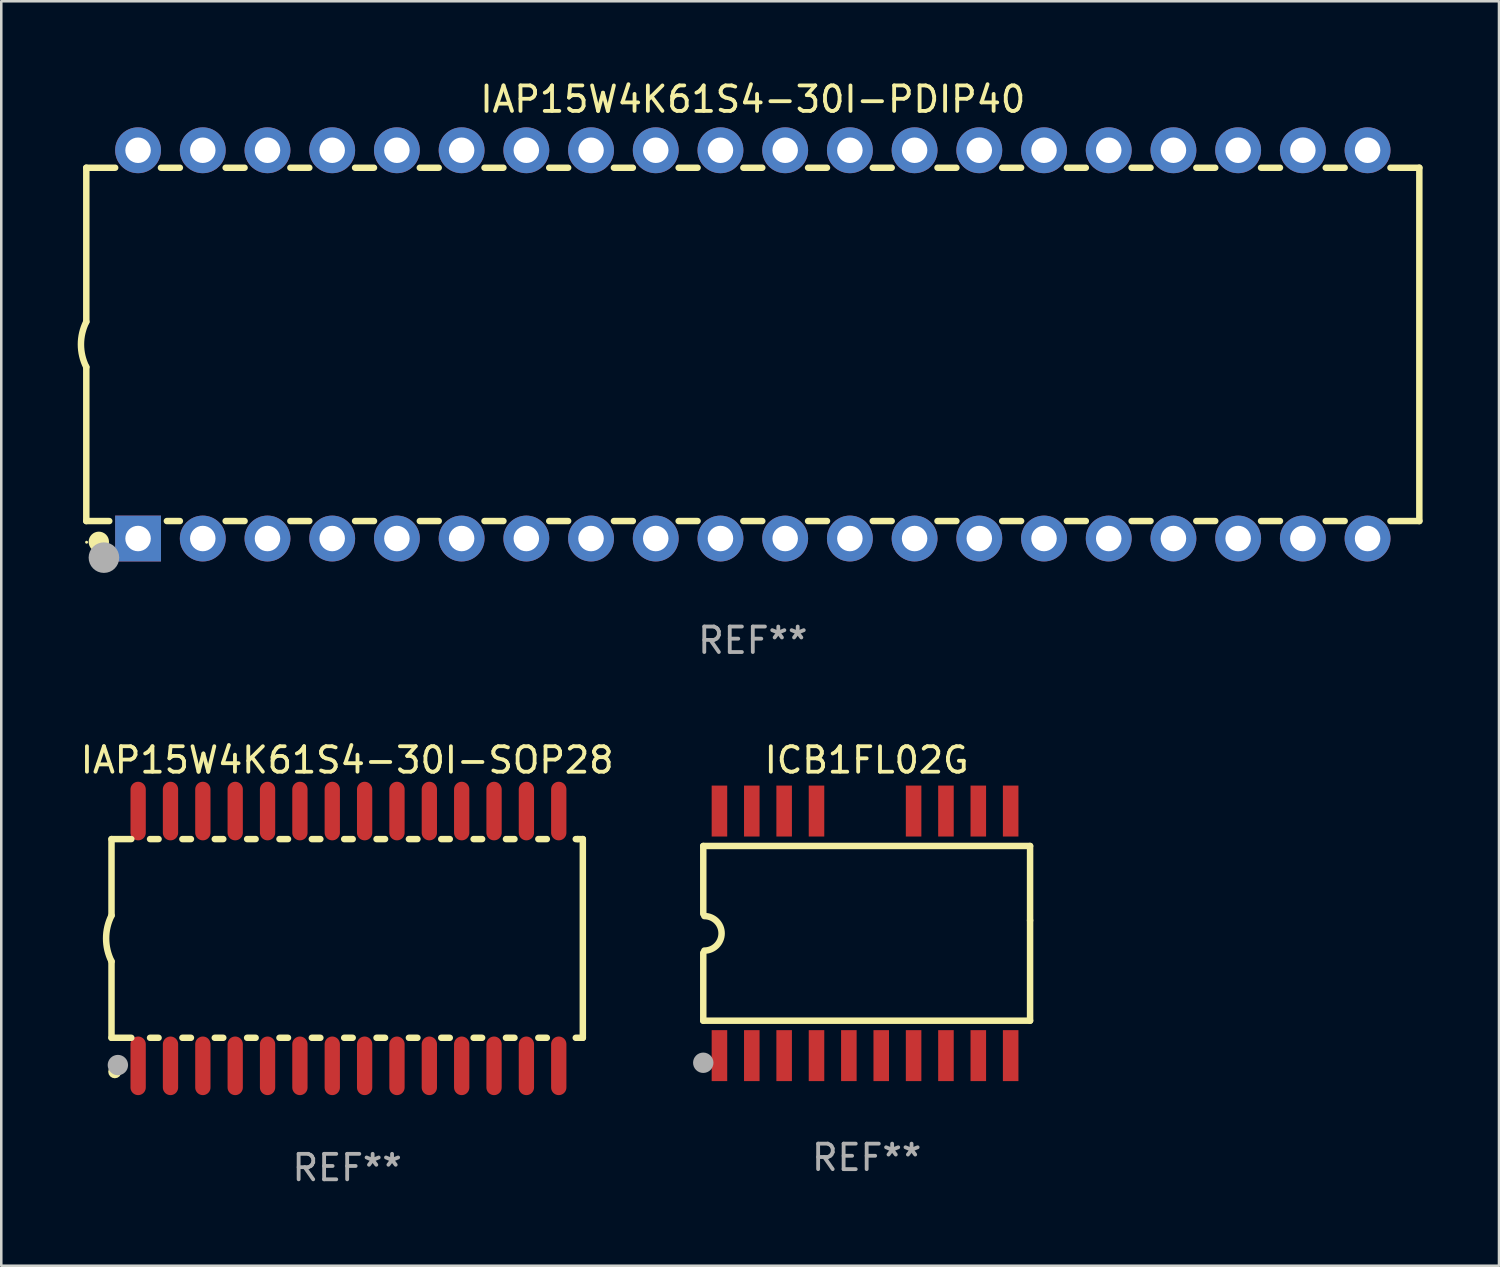
<source format=kicad_pcb>
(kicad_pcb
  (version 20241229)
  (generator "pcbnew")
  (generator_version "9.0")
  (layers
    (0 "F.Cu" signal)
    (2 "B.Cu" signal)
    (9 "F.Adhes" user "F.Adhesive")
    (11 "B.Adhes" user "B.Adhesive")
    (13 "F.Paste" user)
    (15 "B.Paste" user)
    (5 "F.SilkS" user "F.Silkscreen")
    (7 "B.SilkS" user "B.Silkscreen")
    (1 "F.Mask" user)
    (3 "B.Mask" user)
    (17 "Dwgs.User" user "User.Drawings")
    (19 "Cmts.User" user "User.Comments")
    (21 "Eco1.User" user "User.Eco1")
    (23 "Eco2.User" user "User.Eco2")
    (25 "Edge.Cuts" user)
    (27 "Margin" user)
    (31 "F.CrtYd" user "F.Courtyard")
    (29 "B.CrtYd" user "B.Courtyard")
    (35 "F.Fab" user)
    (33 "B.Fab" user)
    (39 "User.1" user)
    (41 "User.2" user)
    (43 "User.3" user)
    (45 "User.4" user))
  (footprint "IAP15W4K61S4-30I-PDIP40"
    (layer "F.Cu")
    (at 26.499 10.468)
    (property "Reference" "IAP15W4K61S4-30I-PDIP40" (at 0 -9.62 0) (layer "F.SilkS") (effects (font (size 1 1) (thickness 0.15))))
    (attr through_hole)
    (fp_line (start -26.162 -6.934) (end -26.162 -0.889) (stroke (width 0.254) (type solid)) (layer "F.SilkS"))
    (fp_line (start -26.162 -6.934) (end -25.029 -6.934) (stroke (width 0.254) (type solid)) (layer "F.SilkS"))
    (fp_line (start -26.162 6.934) (end -26.162 0.889) (stroke (width 0.254) (type solid)) (layer "F.SilkS"))
    (fp_line (start -26.162 6.934) (end -25.261 6.934) (stroke (width 0.254) (type solid)) (layer "F.SilkS"))
    (fp_line (start -23.231 -6.934) (end -22.489 -6.934) (stroke (width 0.254) (type solid)) (layer "F.SilkS"))
    (fp_line (start -22.999 6.934) (end -22.489 6.934) (stroke (width 0.254) (type solid)) (layer "F.SilkS"))
    (fp_line (start -20.691 -6.934) (end -19.949 -6.934) (stroke (width 0.254) (type solid)) (layer "F.SilkS"))
    (fp_line (start -20.691 6.934) (end -19.949 6.934) (stroke (width 0.254) (type solid)) (layer "F.SilkS"))
    (fp_line (start -18.151 -6.934) (end -17.409 -6.934) (stroke (width 0.254) (type solid)) (layer "F.SilkS"))
    (fp_line (start -18.151 6.934) (end -17.409 6.934) (stroke (width 0.254) (type solid)) (layer "F.SilkS"))
    (fp_line (start -15.611 -6.934) (end -14.869 -6.934) (stroke (width 0.254) (type solid)) (layer "F.SilkS"))
    (fp_line (start -15.611 6.934) (end -14.869 6.934) (stroke (width 0.254) (type solid)) (layer "F.SilkS"))
    (fp_line (start -13.071 -6.934) (end -12.329 -6.934) (stroke (width 0.254) (type solid)) (layer "F.SilkS"))
    (fp_line (start -13.071 6.934) (end -12.329 6.934) (stroke (width 0.254) (type solid)) (layer "F.SilkS"))
    (fp_line (start -10.531 -6.934) (end -9.789 -6.934) (stroke (width 0.254) (type solid)) (layer "F.SilkS"))
    (fp_line (start -10.531 6.934) (end -9.789 6.934) (stroke (width 0.254) (type solid)) (layer "F.SilkS"))
    (fp_line (start -7.991 -6.934) (end -7.249 -6.934) (stroke (width 0.254) (type solid)) (layer "F.SilkS"))
    (fp_line (start -7.991 6.934) (end -7.249 6.934) (stroke (width 0.254) (type solid)) (layer "F.SilkS"))
    (fp_line (start -5.451 -6.934) (end -4.709 -6.934) (stroke (width 0.254) (type solid)) (layer "F.SilkS"))
    (fp_line (start -5.451 6.934) (end -4.709 6.934) (stroke (width 0.254) (type solid)) (layer "F.SilkS"))
    (fp_line (start -2.911 -6.934) (end -2.169 -6.934) (stroke (width 0.254) (type solid)) (layer "F.SilkS"))
    (fp_line (start -2.911 6.934) (end -2.169 6.934) (stroke (width 0.254) (type solid)) (layer "F.SilkS"))
    (fp_line (start -0.371 -6.934) (end 0.371 -6.934) (stroke (width 0.254) (type solid)) (layer "F.SilkS"))
    (fp_line (start -0.371 6.934) (end 0.371 6.934) (stroke (width 0.254) (type solid)) (layer "F.SilkS"))
    (fp_line (start 2.169 -6.934) (end 2.911 -6.934) (stroke (width 0.254) (type solid)) (layer "F.SilkS"))
    (fp_line (start 2.169 6.934) (end 2.911 6.934) (stroke (width 0.254) (type solid)) (layer "F.SilkS"))
    (fp_line (start 4.709 -6.934) (end 5.451 -6.934) (stroke (width 0.254) (type solid)) (layer "F.SilkS"))
    (fp_line (start 4.709 6.934) (end 5.451 6.934) (stroke (width 0.254) (type solid)) (layer "F.SilkS"))
    (fp_line (start 7.249 -6.934) (end 7.991 -6.934) (stroke (width 0.254) (type solid)) (layer "F.SilkS"))
    (fp_line (start 7.249 6.934) (end 7.991 6.934) (stroke (width 0.254) (type solid)) (layer "F.SilkS"))
    (fp_line (start 9.789 -6.934) (end 10.531 -6.934) (stroke (width 0.254) (type solid)) (layer "F.SilkS"))
    (fp_line (start 9.789 6.934) (end 10.531 6.934) (stroke (width 0.254) (type solid)) (layer "F.SilkS"))
    (fp_line (start 12.329 -6.934) (end 13.071 -6.934) (stroke (width 0.254) (type solid)) (layer "F.SilkS"))
    (fp_line (start 12.329 6.934) (end 13.071 6.934) (stroke (width 0.254) (type solid)) (layer "F.SilkS"))
    (fp_line (start 14.869 -6.934) (end 15.611 -6.934) (stroke (width 0.254) (type solid)) (layer "F.SilkS"))
    (fp_line (start 14.869 6.934) (end 15.611 6.934) (stroke (width 0.254) (type solid)) (layer "F.SilkS"))
    (fp_line (start 17.409 -6.934) (end 18.151 -6.934) (stroke (width 0.254) (type solid)) (layer "F.SilkS"))
    (fp_line (start 17.409 6.934) (end 18.151 6.934) (stroke (width 0.254) (type solid)) (layer "F.SilkS"))
    (fp_line (start 19.949 -6.934) (end 20.691 -6.934) (stroke (width 0.254) (type solid)) (layer "F.SilkS"))
    (fp_line (start 19.949 6.934) (end 20.691 6.934) (stroke (width 0.254) (type solid)) (layer "F.SilkS"))
    (fp_line (start 22.489 -6.934) (end 23.231 -6.934) (stroke (width 0.254) (type solid)) (layer "F.SilkS"))
    (fp_line (start 22.489 6.934) (end 23.231 6.934) (stroke (width 0.254) (type solid)) (layer "F.SilkS"))
    (fp_line (start 25.029 -6.934) (end 26.162 -6.934) (stroke (width 0.254) (type solid)) (layer "F.SilkS"))
    (fp_line (start 25.029 6.934) (end 26.162 6.934) (stroke (width 0.254) (type solid)) (layer "F.SilkS"))
    (fp_line (start 26.162 -6.934) (end 26.162 6.934) (stroke (width 0.254) (type solid)) (layer "F.SilkS"))
    (fp_arc (start -26.162052 0.889001) (mid -26.371917 0) (end -26.162052 -0.889002) (stroke (width 0.254001) (type solid)) (layer "F.SilkS"))
    (fp_circle (center -26.15 7.765) (end -26.12 7.765) (stroke (width 0.06) (type solid)) (fill no) (layer "F.SilkS"))
    (fp_circle (center -25.67 7.75) (end -25.47 7.75) (stroke (width 0.4) (type solid)) (fill no) (layer "F.SilkS"))
    (fp_circle (center -25.47 8.37) (end -25.17 8.37) (stroke (width 0.6) (type solid)) (fill no) (layer "F.Fab"))
    (fp_text user "REF**" (at 0 11.62 0) (layer "F.Fab") (effects (font (size 1 1) (thickness 0.15))))
    (pad "1" thru_hole rect (at -24.13 7.62) (size 1.8 1.8) (drill 1) (layers "*.Cu" "*.Mask"))
    (pad "2" thru_hole circle (at -21.59 7.62) (size 1.8 1.8) (drill 1) (layers "*.Cu" "*.Mask"))
    (pad "3" thru_hole circle (at -19.05 7.62) (size 1.8 1.8) (drill 1) (layers "*.Cu" "*.Mask"))
    (pad "4" thru_hole circle (at -16.51 7.62) (size 1.8 1.8) (drill 1) (layers "*.Cu" "*.Mask"))
    (pad "5" thru_hole circle (at -13.97 7.62) (size 1.8 1.8) (drill 1) (layers "*.Cu" "*.Mask"))
    (pad "6" thru_hole circle (at -11.43 7.62) (size 1.8 1.8) (drill 1) (layers "*.Cu" "*.Mask"))
    (pad "7" thru_hole circle (at -8.89 7.62) (size 1.8 1.8) (drill 1) (layers "*.Cu" "*.Mask"))
    (pad "8" thru_hole circle (at -6.35 7.62) (size 1.8 1.8) (drill 1) (layers "*.Cu" "*.Mask"))
    (pad "9" thru_hole circle (at -3.81 7.62) (size 1.8 1.8) (drill 1) (layers "*.Cu" "*.Mask"))
    (pad "10" thru_hole circle (at -1.27 7.62) (size 1.8 1.8) (drill 1) (layers "*.Cu" "*.Mask"))
    (pad "11" thru_hole circle (at 1.27 7.62) (size 1.8 1.8) (drill 1) (layers "*.Cu" "*.Mask"))
    (pad "12" thru_hole circle (at 3.81 7.62) (size 1.8 1.8) (drill 1) (layers "*.Cu" "*.Mask"))
    (pad "13" thru_hole circle (at 6.35 7.62) (size 1.8 1.8) (drill 1) (layers "*.Cu" "*.Mask"))
    (pad "14" thru_hole circle (at 8.89 7.62) (size 1.8 1.8) (drill 1) (layers "*.Cu" "*.Mask"))
    (pad "15" thru_hole circle (at 11.43 7.62) (size 1.8 1.8) (drill 1) (layers "*.Cu" "*.Mask"))
    (pad "16" thru_hole circle (at 13.97 7.62) (size 1.8 1.8) (drill 1) (layers "*.Cu" "*.Mask"))
    (pad "17" thru_hole circle (at 16.51 7.62) (size 1.8 1.8) (drill 1) (layers "*.Cu" "*.Mask"))
    (pad "18" thru_hole circle (at 19.05 7.62) (size 1.8 1.8) (drill 1) (layers "*.Cu" "*.Mask"))
    (pad "19" thru_hole circle (at 21.59 7.62) (size 1.8 1.8) (drill 1) (layers "*.Cu" "*.Mask"))
    (pad "20" thru_hole circle (at 24.13 7.62) (size 1.8 1.8) (drill 1) (layers "*.Cu" "*.Mask"))
    (pad "21" thru_hole circle (at 24.13 -7.62) (size 1.8 1.8) (drill 1) (layers "*.Cu" "*.Mask"))
    (pad "22" thru_hole circle (at 21.59 -7.62) (size 1.8 1.8) (drill 1) (layers "*.Cu" "*.Mask"))
    (pad "23" thru_hole circle (at 19.05 -7.62) (size 1.8 1.8) (drill 1) (layers "*.Cu" "*.Mask"))
    (pad "24" thru_hole circle (at 16.51 -7.62) (size 1.8 1.8) (drill 1) (layers "*.Cu" "*.Mask"))
    (pad "25" thru_hole circle (at 13.97 -7.62) (size 1.8 1.8) (drill 1) (layers "*.Cu" "*.Mask"))
    (pad "26" thru_hole circle (at 11.43 -7.62) (size 1.8 1.8) (drill 1) (layers "*.Cu" "*.Mask"))
    (pad "27" thru_hole circle (at 8.89 -7.62) (size 1.8 1.8) (drill 1) (layers "*.Cu" "*.Mask"))
    (pad "28" thru_hole circle (at 6.35 -7.62) (size 1.8 1.8) (drill 1) (layers "*.Cu" "*.Mask"))
    (pad "29" thru_hole circle (at 3.81 -7.62) (size 1.8 1.8) (drill 1) (layers "*.Cu" "*.Mask"))
    (pad "30" thru_hole circle (at 1.27 -7.62) (size 1.8 1.8) (drill 1) (layers "*.Cu" "*.Mask"))
    (pad "31" thru_hole circle (at -1.27 -7.62) (size 1.8 1.8) (drill 1) (layers "*.Cu" "*.Mask"))
    (pad "32" thru_hole circle (at -3.81 -7.62) (size 1.8 1.8) (drill 1) (layers "*.Cu" "*.Mask"))
    (pad "33" thru_hole circle (at -6.35 -7.62) (size 1.8 1.8) (drill 1) (layers "*.Cu" "*.Mask"))
    (pad "34" thru_hole circle (at -8.89 -7.62) (size 1.8 1.8) (drill 1) (layers "*.Cu" "*.Mask"))
    (pad "35" thru_hole circle (at -11.43 -7.62) (size 1.8 1.8) (drill 1) (layers "*.Cu" "*.Mask"))
    (pad "36" thru_hole circle (at -13.97 -7.62) (size 1.8 1.8) (drill 1) (layers "*.Cu" "*.Mask"))
    (pad "37" thru_hole circle (at -16.51 -7.62) (size 1.8 1.8) (drill 1) (layers "*.Cu" "*.Mask"))
    (pad "38" thru_hole circle (at -19.05 -7.62) (size 1.8 1.8) (drill 1) (layers "*.Cu" "*.Mask"))
    (pad "39" thru_hole circle (at -21.59 -7.62) (size 1.8 1.8) (drill 1) (layers "*.Cu" "*.Mask"))
    (pad "40" thru_hole circle (at -24.13 -7.62) (size 1.8 1.8) (drill 1) (layers "*.Cu" "*.Mask")))
  (footprint "ICB1FL02G"
    (layer "F.Cu")
    (at 30.968 33.585)
    (property "Reference" "ICB1FL02G" (at 0 -6.8 0) (layer "F.SilkS") (effects (font (size 1 1) (thickness 0.15))))
    (attr through_hole)
    (fp_line (start -6.414 -3.429) (end 6.414 -3.429) (stroke (width 0.254) (type solid)) (layer "F.SilkS"))
    (fp_line (start -6.414 -0.762) (end -6.414 -3.429) (stroke (width 0.254) (type solid)) (layer "F.SilkS"))
    (fp_line (start -6.414 3.429) (end -6.414 0.762) (stroke (width 0.254) (type solid)) (layer "F.SilkS"))
    (fp_line (start 6.414 -3.429) (end 6.414 -0.508) (stroke (width 0.254) (type solid)) (layer "F.SilkS"))
    (fp_line (start 6.414 -0.508) (end 6.414 3.429) (stroke (width 0.254) (type solid)) (layer "F.SilkS"))
    (fp_line (start 6.414 3.429) (end -6.414 3.429) (stroke (width 0.254) (type solid)) (layer "F.SilkS"))
    (fp_arc (start -6.371196 -0.677343) (mid -5.693853 0) (end -6.371196 0.677343) (stroke (width 0.254001) (type solid)) (layer "F.SilkS"))
    (fp_circle (center -6.464 5.15) (end -6.434 5.15) (stroke (width 0.06) (type solid)) (fill no) (layer "F.SilkS"))
    (fp_circle (center -6.414 5.08) (end -6.214 5.08) (stroke (width 0.4) (type solid)) (fill no) (layer "F.Fab"))
    (fp_text user "REF**" (at 0 8.8 0) (layer "F.Fab") (effects (font (size 1 1) (thickness 0.15))))
    (pad "1" smd rect (at -5.779 4.8 180) (size 0.61 2) (layers "F.Cu" "F.Mask" "F.Paste"))
    (pad "2" smd rect (at -4.509 4.8 180) (size 0.61 2) (layers "F.Cu" "F.Mask" "F.Paste"))
    (pad "3" smd rect (at -3.239 4.8 180) (size 0.61 2) (layers "F.Cu" "F.Mask" "F.Paste"))
    (pad "4" smd rect (at -1.969 4.8 180) (size 0.61 2) (layers "F.Cu" "F.Mask" "F.Paste"))
    (pad "5" smd rect (at -0.699 4.8 180) (size 0.61 2) (layers "F.Cu" "F.Mask" "F.Paste"))
    (pad "6" smd rect (at 0.572 4.8 180) (size 0.61 2) (layers "F.Cu" "F.Mask" "F.Paste"))
    (pad "7" smd rect (at 1.842 4.8 180) (size 0.61 2) (layers "F.Cu" "F.Mask" "F.Paste"))
    (pad "8" smd rect (at 3.112 4.8 180) (size 0.61 2) (layers "F.Cu" "F.Mask" "F.Paste"))
    (pad "9" smd rect (at 4.382 4.8 180) (size 0.61 2) (layers "F.Cu" "F.Mask" "F.Paste"))
    (pad "10" smd rect (at 5.652 4.8 180) (size 0.61 2) (layers "F.Cu" "F.Mask" "F.Paste"))
    (pad "11" smd rect (at 5.652 -4.8 180) (size 0.61 2) (layers "F.Cu" "F.Mask" "F.Paste"))
    (pad "12" smd rect (at 4.382 -4.8 180) (size 0.61 2) (layers "F.Cu" "F.Mask" "F.Paste"))
    (pad "13" smd rect (at 3.112 -4.8 180) (size 0.61 2) (layers "F.Cu" "F.Mask" "F.Paste"))
    (pad "14" smd rect (at 1.842 -4.8 180) (size 0.61 2) (layers "F.Cu" "F.Mask" "F.Paste"))
    (pad "17" smd rect (at -1.969 -4.8 180) (size 0.61 2) (layers "F.Cu" "F.Mask" "F.Paste"))
    (pad "18" smd rect (at -3.239 -4.8 180) (size 0.61 2) (layers "F.Cu" "F.Mask" "F.Paste"))
    (pad "19" smd rect (at -4.509 -4.8 180) (size 0.61 2) (layers "F.Cu" "F.Mask" "F.Paste"))
    (pad "20" smd rect (at -5.779 -4.8 180) (size 0.61 2) (layers "F.Cu" "F.Mask" "F.Paste")))
  (footprint "IAP15W4K61S4-30I-SOP28"
    (layer "F.Cu")
    (at 10.577 33.785)
    (property "Reference" "IAP15W4K61S4-30I-SOP28" (at 0 -7 0) (layer "F.SilkS") (effects (font (size 1 1) (thickness 0.15))))
    (attr through_hole)
    (fp_line (start -9.25 -3.9) (end -9.25 -0.9) (stroke (width 0.254) (type solid)) (layer "F.SilkS"))
    (fp_line (start -9.25 -3.9) (end -8.473 -3.9) (stroke (width 0.254) (type solid)) (layer "F.SilkS"))
    (fp_line (start -9.25 3.9) (end -9.25 0.9) (stroke (width 0.254) (type solid)) (layer "F.SilkS"))
    (fp_line (start -9.25 3.9) (end -8.473 3.9) (stroke (width 0.254) (type solid)) (layer "F.SilkS"))
    (fp_line (start -7.737 -3.9) (end -7.403 -3.9) (stroke (width 0.254) (type solid)) (layer "F.SilkS"))
    (fp_line (start -7.737 3.9) (end -7.403 3.9) (stroke (width 0.254) (type solid)) (layer "F.SilkS"))
    (fp_line (start -6.467 3.9) (end -6.133 3.9) (stroke (width 0.254) (type solid)) (layer "F.SilkS"))
    (fp_line (start -6.467 -3.9) (end -6.133 -3.9) (stroke (width 0.254) (type solid)) (layer "F.SilkS"))
    (fp_line (start -5.197 3.9) (end -4.863 3.9) (stroke (width 0.254) (type solid)) (layer "F.SilkS"))
    (fp_line (start -5.197 -3.9) (end -4.863 -3.9) (stroke (width 0.254) (type solid)) (layer "F.SilkS"))
    (fp_line (start -3.927 3.9) (end -3.593 3.9) (stroke (width 0.254) (type solid)) (layer "F.SilkS"))
    (fp_line (start -3.927 -3.9) (end -3.593 -3.9) (stroke (width 0.254) (type solid)) (layer "F.SilkS"))
    (fp_line (start -2.657 3.9) (end -2.323 3.9) (stroke (width 0.254) (type solid)) (layer "F.SilkS"))
    (fp_line (start -2.657 -3.9) (end -2.323 -3.9) (stroke (width 0.254) (type solid)) (layer "F.SilkS"))
    (fp_line (start -1.387 3.9) (end -1.053 3.9) (stroke (width 0.254) (type solid)) (layer "F.SilkS"))
    (fp_line (start -1.387 -3.9) (end -1.053 -3.9) (stroke (width 0.254) (type solid)) (layer "F.SilkS"))
    (fp_line (start -0.117 3.9) (end 0.217 3.9) (stroke (width 0.254) (type solid)) (layer "F.SilkS"))
    (fp_line (start -0.117 -3.9) (end 0.217 -3.9) (stroke (width 0.254) (type solid)) (layer "F.SilkS"))
    (fp_line (start 1.153 3.9) (end 1.487 3.9) (stroke (width 0.254) (type solid)) (layer "F.SilkS"))
    (fp_line (start 1.153 -3.9) (end 1.487 -3.9) (stroke (width 0.254) (type solid)) (layer "F.SilkS"))
    (fp_line (start 2.423 3.9) (end 2.757 3.9) (stroke (width 0.254) (type solid)) (layer "F.SilkS"))
    (fp_line (start 2.423 -3.9) (end 2.757 -3.9) (stroke (width 0.254) (type solid)) (layer "F.SilkS"))
    (fp_line (start 3.693 3.9) (end 4.027 3.9) (stroke (width 0.254) (type solid)) (layer "F.SilkS"))
    (fp_line (start 3.693 -3.9) (end 4.027 -3.9) (stroke (width 0.254) (type solid)) (layer "F.SilkS"))
    (fp_line (start 4.963 3.9) (end 5.297 3.9) (stroke (width 0.254) (type solid)) (layer "F.SilkS"))
    (fp_line (start 4.963 -3.9) (end 5.297 -3.9) (stroke (width 0.254) (type solid)) (layer "F.SilkS"))
    (fp_line (start 6.233 3.9) (end 6.567 3.9) (stroke (width 0.254) (type solid)) (layer "F.SilkS"))
    (fp_line (start 6.233 -3.9) (end 6.567 -3.9) (stroke (width 0.254) (type solid)) (layer "F.SilkS"))
    (fp_line (start 7.503 -3.9) (end 7.837 -3.9) (stroke (width 0.254) (type solid)) (layer "F.SilkS"))
    (fp_line (start 7.503 3.9) (end 7.837 3.9) (stroke (width 0.254) (type solid)) (layer "F.SilkS"))
    (fp_line (start 8.973 -3.9) (end 9.05 -3.9) (stroke (width 0.254) (type solid)) (layer "F.SilkS"))
    (fp_line (start 8.973 3.9) (end 9.25 3.9) (stroke (width 0.254) (type solid)) (layer "F.SilkS"))
    (fp_line (start 9.05 -3.9) (end 9.25 -3.9) (stroke (width 0.254) (type solid)) (layer "F.SilkS"))
    (fp_line (start 9.25 -3.9) (end 9.25 3.9) (stroke (width 0.254) (type solid)) (layer "F.SilkS"))
    (fp_arc (start -9.249619 0.900432) (mid -9.462013 0.000246) (end -9.249873 -0.9) (stroke (width 0.254001) (type solid)) (layer "F.SilkS"))
    (fp_circle (center -9.2 5.3) (end -9.17 5.3) (stroke (width 0.06) (type solid)) (fill no) (layer "F.SilkS"))
    (fp_circle (center -9.12 5.23) (end -8.988 5.23) (stroke (width 0.254) (type solid)) (fill no) (layer "F.SilkS"))
    (fp_circle (center -9 4.97) (end -8.8 4.97) (stroke (width 0.4) (type solid)) (fill no) (layer "F.Fab"))
    (fp_text user "REF**" (at 0 9 0) (layer "F.Fab") (effects (font (size 1 1) (thickness 0.15))))
    (pad "1" smd oval (at -8.205 5) (size 0.6 2.3) (layers "F.Cu" "F.Mask" "F.Paste"))
    (pad "2" smd oval (at -6.935 5) (size 0.6 2.3) (layers "F.Cu" "F.Mask" "F.Paste"))
    (pad "3" smd oval (at -5.665 5) (size 0.6 2.3) (layers "F.Cu" "F.Mask" "F.Paste"))
    (pad "4" smd oval (at -4.395 5) (size 0.6 2.3) (layers "F.Cu" "F.Mask" "F.Paste"))
    (pad "5" smd oval (at -3.125 5) (size 0.6 2.3) (layers "F.Cu" "F.Mask" "F.Paste"))
    (pad "6" smd oval (at -1.855 5) (size 0.6 2.3) (layers "F.Cu" "F.Mask" "F.Paste"))
    (pad "7" smd oval (at -0.585 5) (size 0.6 2.3) (layers "F.Cu" "F.Mask" "F.Paste"))
    (pad "8" smd oval (at 0.685 5) (size 0.6 2.3) (layers "F.Cu" "F.Mask" "F.Paste"))
    (pad "9" smd oval (at 1.955 5) (size 0.6 2.3) (layers "F.Cu" "F.Mask" "F.Paste"))
    (pad "10" smd oval (at 3.225 5) (size 0.6 2.3) (layers "F.Cu" "F.Mask" "F.Paste"))
    (pad "11" smd oval (at 4.495 5) (size 0.6 2.3) (layers "F.Cu" "F.Mask" "F.Paste"))
    (pad "12" smd oval (at 5.765 5) (size 0.6 2.3) (layers "F.Cu" "F.Mask" "F.Paste"))
    (pad "13" smd oval (at 7.035 5) (size 0.6 2.3) (layers "F.Cu" "F.Mask" "F.Paste"))
    (pad "14" smd oval (at 8.305 5) (size 0.6 2.3) (layers "F.Cu" "F.Mask" "F.Paste"))
    (pad "15" smd oval (at 8.305 -5) (size 0.6 2.3) (layers "F.Cu" "F.Mask" "F.Paste"))
    (pad "16" smd oval (at 7.035 -5) (size 0.6 2.3) (layers "F.Cu" "F.Mask" "F.Paste"))
    (pad "17" smd oval (at 5.765 -5) (size 0.6 2.3) (layers "F.Cu" "F.Mask" "F.Paste"))
    (pad "18" smd oval (at 4.495 -5) (size 0.6 2.3) (layers "F.Cu" "F.Mask" "F.Paste"))
    (pad "19" smd oval (at 3.225 -5) (size 0.6 2.3) (layers "F.Cu" "F.Mask" "F.Paste"))
    (pad "20" smd oval (at 1.955 -5) (size 0.6 2.3) (layers "F.Cu" "F.Mask" "F.Paste"))
    (pad "21" smd oval (at 0.685 -5) (size 0.6 2.3) (layers "F.Cu" "F.Mask" "F.Paste"))
    (pad "22" smd oval (at -0.585 -5) (size 0.6 2.3) (layers "F.Cu" "F.Mask" "F.Paste"))
    (pad "23" smd oval (at -1.855 -5) (size 0.6 2.3) (layers "F.Cu" "F.Mask" "F.Paste"))
    (pad "24" smd oval (at -3.125 -5) (size 0.6 2.3) (layers "F.Cu" "F.Mask" "F.Paste"))
    (pad "25" smd oval (at -4.395 -5) (size 0.6 2.3) (layers "F.Cu" "F.Mask" "F.Paste"))
    (pad "26" smd oval (at -5.665 -5) (size 0.6 2.3) (layers "F.Cu" "F.Mask" "F.Paste"))
    (pad "27" smd oval (at -6.935 -5) (size 0.6 2.3) (layers "F.Cu" "F.Mask" "F.Paste"))
    (pad "28" smd oval (at -8.205 -5) (size 0.6 2.3) (layers "F.Cu" "F.Mask" "F.Paste")))
  (gr_rect
    (start -3 -3)
    (end 55.788 46.633)
    (stroke (width 0.1) (type default))
    (fill no)
    (layer "Edge.Cuts")))
</source>
